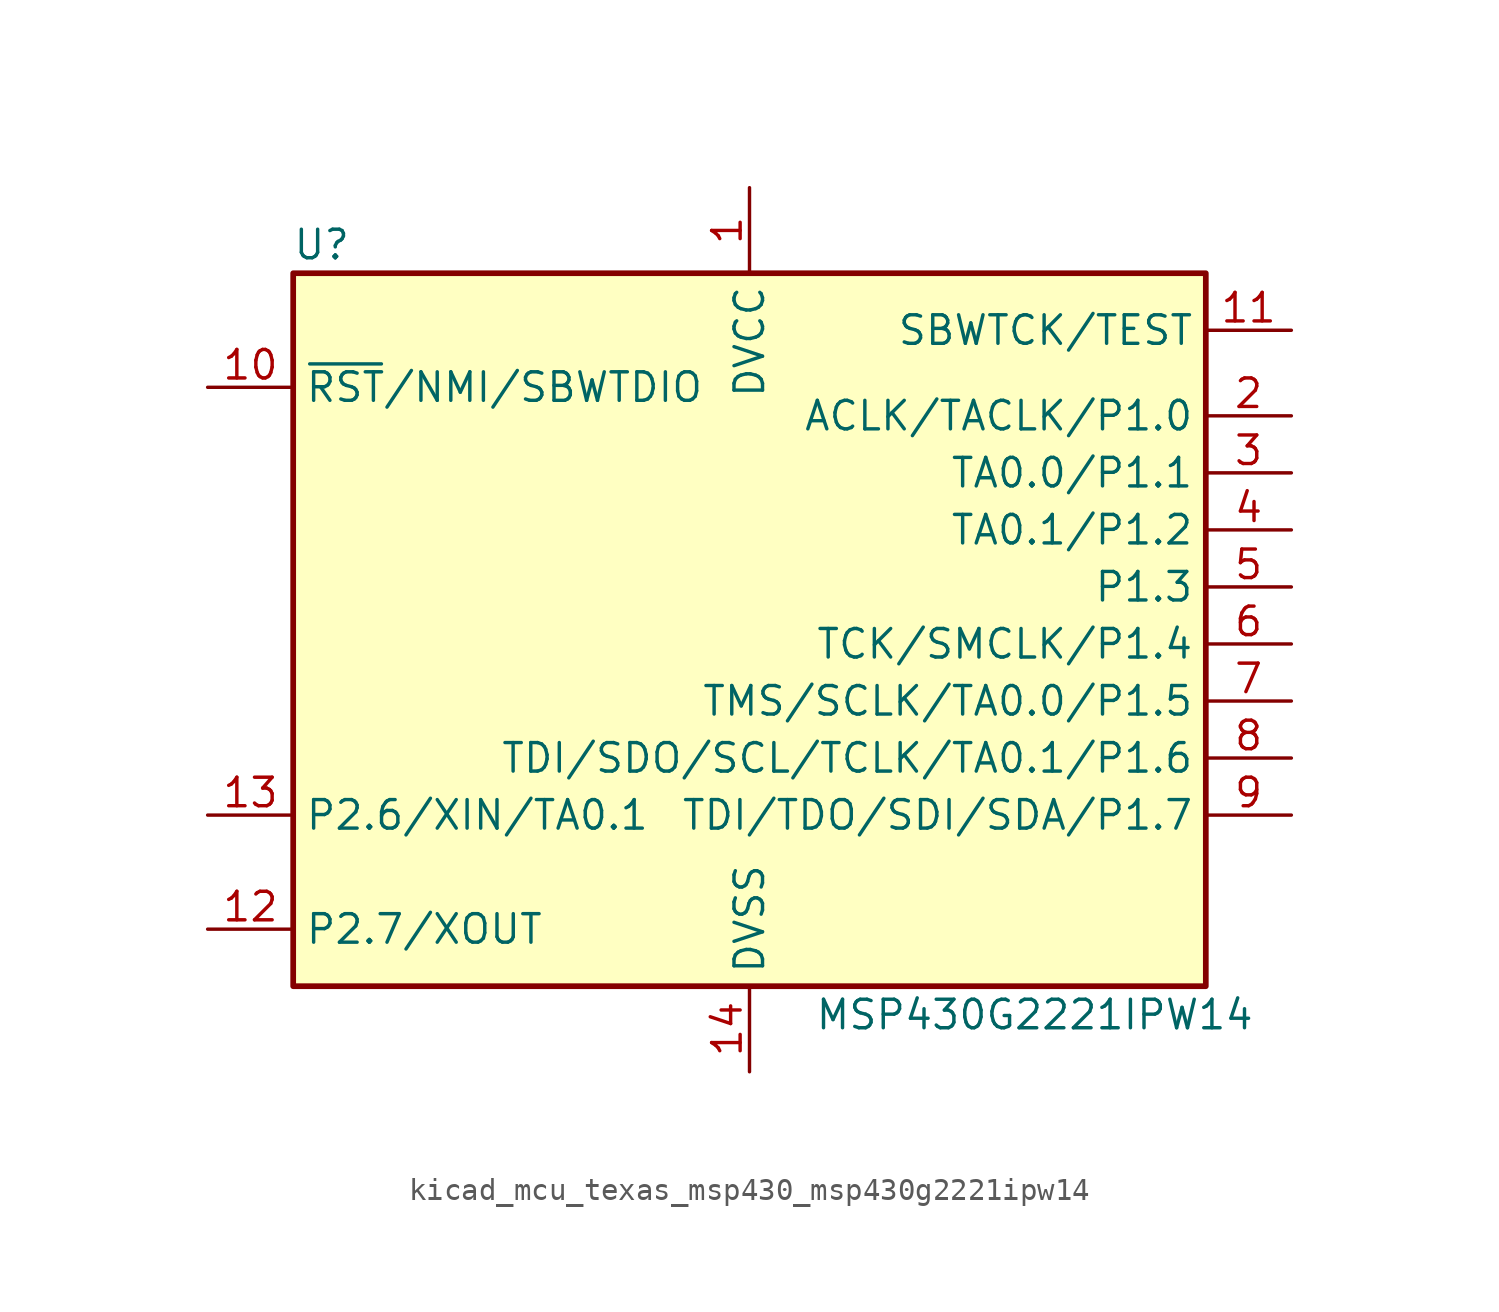
<source format=kicad_sym>
(kicad_symbol_lib
  (version 20220914)
  (generator kicad_symbol_editor)
  (symbol "kicad_mcu_texas_msp430_msp430g2221ipw14"
    (property "Reference" "U"
      (at -19.05 17.78 0)
      (effects (font (size 1.27 1.27))))
    (property "Value" "MSP430G2221IPW14"
      (at 12.7 -16.51 0)
      (effects (font (size 1.27 1.27))))
    (symbol "kicad_mcu_texas_msp430_msp430g2221ipw14_0_1"
      (rectangle (start -20.32 16.51) (end 20.32 -15.24) (stroke (width 0.254) (type default)) (fill (type background))))
    (symbol "kicad_mcu_texas_msp430_msp430g2221ipw14_1_1"
      (pin power_in line (at 0 20.32 270) (length 3.81) (name "DVCC" (effects (font (size 1.27 1.27)))) (number "1" (effects (font (size 1.27 1.27)))))
      (pin input line (at -24.13 11.43 0) (length 3.81) (name "~{RST}/NMI/SBWTDIO" (effects (font (size 1.27 1.27)))) (number "10" (effects (font (size 1.27 1.27)))))
      (pin input line (at 24.13 13.97 180) (length 3.81) (name "SBWTCK/TEST" (effects (font (size 1.27 1.27)))) (number "11" (effects (font (size 1.27 1.27)))))
      (pin bidirectional line (at -24.13 -12.7 0) (length 3.81) (name "P2.7/XOUT" (effects (font (size 1.27 1.27)))) (number "12" (effects (font (size 1.27 1.27)))))
      (pin bidirectional line (at -24.13 -7.62 0) (length 3.81) (name "P2.6/XIN/TA0.1" (effects (font (size 1.27 1.27)))) (number "13" (effects (font (size 1.27 1.27)))))
      (pin power_in line (at 0 -19.05 90) (length 3.81) (name "DVSS" (effects (font (size 1.27 1.27)))) (number "14" (effects (font (size 1.27 1.27)))))
      (pin bidirectional line (at 24.13 10.16 180) (length 3.81) (name "ACLK/TACLK/P1.0" (effects (font (size 1.27 1.27)))) (number "2" (effects (font (size 1.27 1.27)))))
      (pin bidirectional line (at 24.13 7.62 180) (length 3.81) (name "TA0.0/P1.1" (effects (font (size 1.27 1.27)))) (number "3" (effects (font (size 1.27 1.27)))))
      (pin bidirectional line (at 24.13 5.08 180) (length 3.81) (name "TA0.1/P1.2" (effects (font (size 1.27 1.27)))) (number "4" (effects (font (size 1.27 1.27)))))
      (pin bidirectional line (at 24.13 2.54 180) (length 3.81) (name "P1.3" (effects (font (size 1.27 1.27)))) (number "5" (effects (font (size 1.27 1.27)))))
      (pin bidirectional line (at 24.13 0 180) (length 3.81) (name "TCK/SMCLK/P1.4" (effects (font (size 1.27 1.27)))) (number "6" (effects (font (size 1.27 1.27)))))
      (pin bidirectional line (at 24.13 -2.54 180) (length 3.81) (name "TMS/SCLK/TA0.0/P1.5" (effects (font (size 1.27 1.27)))) (number "7" (effects (font (size 1.27 1.27)))))
      (pin bidirectional line (at 24.13 -5.08 180) (length 3.81) (name "TDI/SDO/SCL/TCLK/TA0.1/P1.6" (effects (font (size 1.27 1.27)))) (number "8" (effects (font (size 1.27 1.27)))))
      (pin bidirectional line (at 24.13 -7.62 180) (length 3.81) (name "TDI/TDO/SDI/SDA/P1.7" (effects (font (size 1.27 1.27)))) (number "9" (effects (font (size 1.27 1.27))))))))
</source>
